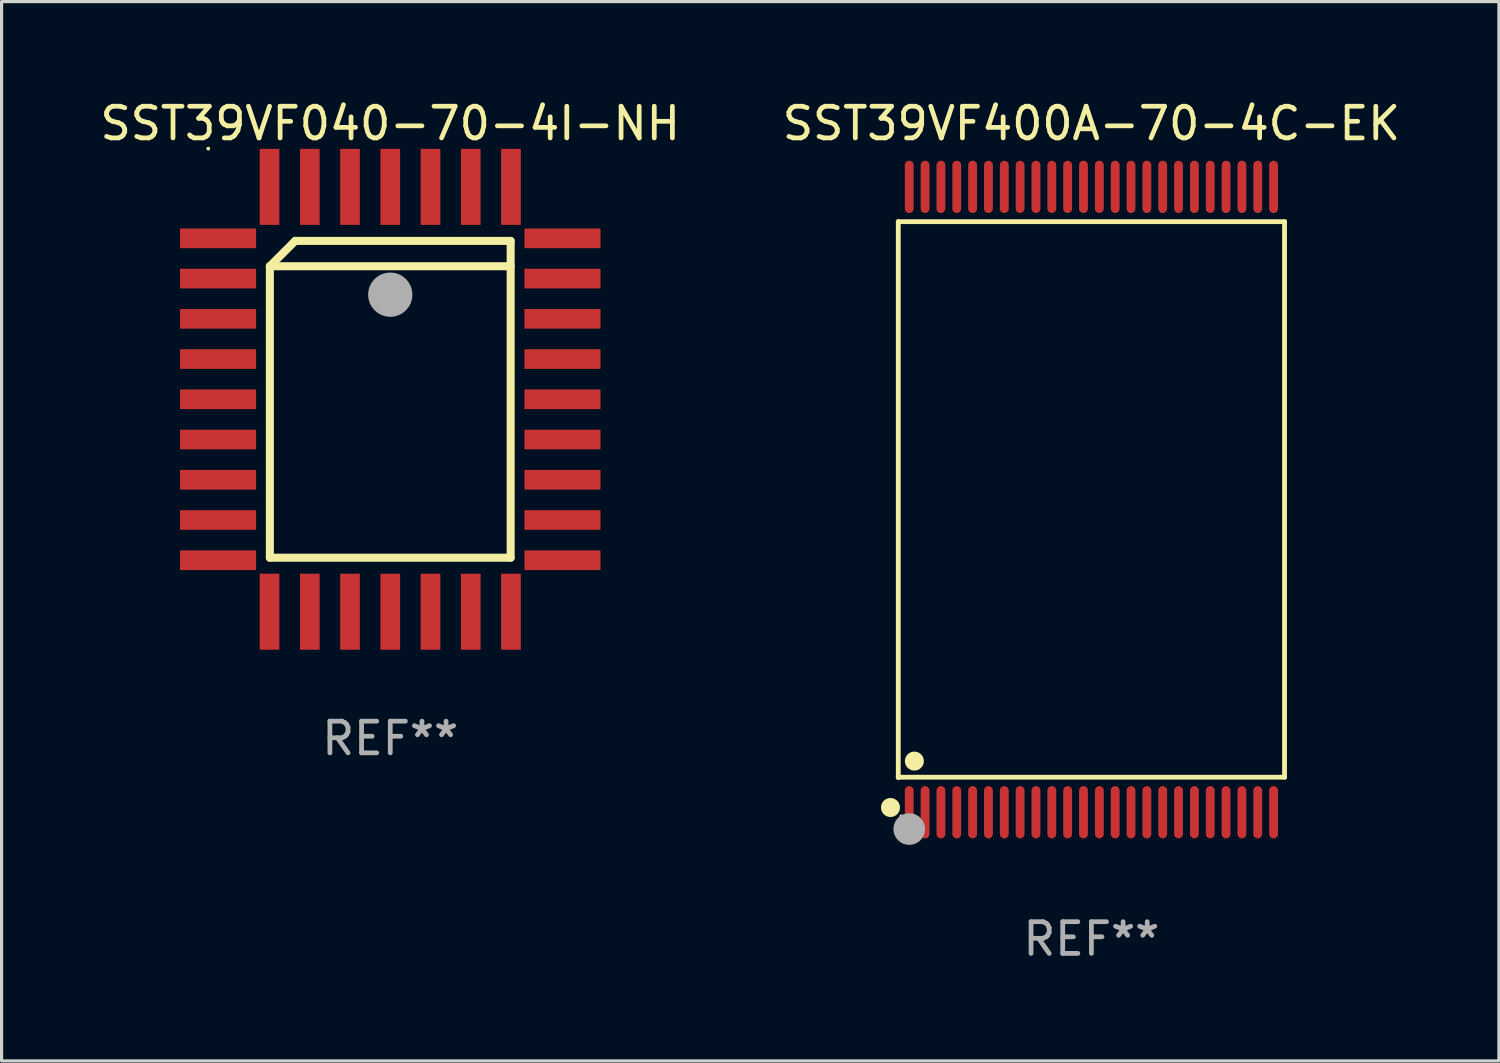
<source format=kicad_pcb>
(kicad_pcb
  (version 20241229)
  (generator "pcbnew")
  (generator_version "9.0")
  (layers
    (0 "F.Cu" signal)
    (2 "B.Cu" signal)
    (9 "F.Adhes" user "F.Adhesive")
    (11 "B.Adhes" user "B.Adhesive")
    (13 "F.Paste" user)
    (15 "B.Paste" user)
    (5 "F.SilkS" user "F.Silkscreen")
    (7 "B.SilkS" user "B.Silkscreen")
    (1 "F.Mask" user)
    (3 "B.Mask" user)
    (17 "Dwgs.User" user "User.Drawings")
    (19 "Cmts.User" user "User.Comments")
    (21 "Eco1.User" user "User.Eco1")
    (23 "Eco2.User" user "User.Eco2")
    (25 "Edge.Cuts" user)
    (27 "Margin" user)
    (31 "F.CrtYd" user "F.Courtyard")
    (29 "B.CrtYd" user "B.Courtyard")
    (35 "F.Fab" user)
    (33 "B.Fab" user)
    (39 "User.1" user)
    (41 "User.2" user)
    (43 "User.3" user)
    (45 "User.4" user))
  (footprint "SST39VF040-70-4I-NH"
    (layer "F.Cu")
    (at 9.268 9.553)
    (property "Reference" "SST39VF040-70-4I-NH" (at 0 -8.705 0) (layer "F.SilkS") (effects (font (size 1 1) (thickness 0.15))))
    (attr through_hole)
    (fp_line (start -3.8 -4.2) (end -3 -5) (stroke (width 0.254) (type solid)) (layer "F.SilkS"))
    (fp_line (start -3.8 -4.2) (end 3.8 -4.2) (stroke (width 0.254) (type solid)) (layer "F.SilkS"))
    (fp_line (start -3.8 5) (end -3.8 -4.2) (stroke (width 0.254) (type solid)) (layer "F.SilkS"))
    (fp_line (start -3 -5) (end 3.8 -5) (stroke (width 0.254) (type solid)) (layer "F.SilkS"))
    (fp_line (start 3.8 -5) (end 3.8 5) (stroke (width 0.254) (type solid)) (layer "F.SilkS"))
    (fp_line (start 3.8 5) (end -3.8 5) (stroke (width 0.254) (type solid)) (layer "F.SilkS"))
    (fp_arc (start 0.299721 -3.294387) (mid 0.29971 -3.296927) (end 0.299721 -3.299467) (stroke (width 0.6) (type solid)) (layer "F.SilkS"))
    (fp_circle (center -5.744 -7.913) (end -5.714 -7.913) (stroke (width 0.06) (type solid)) (fill no) (layer "F.SilkS"))
    (fp_circle (center 0 -3.302) (end 0.35 -3.302) (stroke (width 0.7) (type solid)) (fill no) (layer "F.Fab"))
    (fp_text user "REF**" (at 0 10.705 0) (layer "F.Fab") (effects (font (size 1 1) (thickness 0.15))))
    (pad "1" smd rect (at 0 -6.705 180) (size 0.62 2.4) (layers "F.Cu" "F.Mask" "F.Paste"))
    (pad "2" smd rect (at -1.27 -6.705 180) (size 0.62 2.4) (layers "F.Cu" "F.Mask" "F.Paste"))
    (pad "3" smd rect (at -2.54 -6.705 180) (size 0.62 2.4) (layers "F.Cu" "F.Mask" "F.Paste"))
    (pad "4" smd rect (at -3.81 -6.705 180) (size 0.62 2.4) (layers "F.Cu" "F.Mask" "F.Paste"))
    (pad "5" smd rect (at -5.435 -5.08 270) (size 0.62 2.4) (layers "F.Cu" "F.Mask" "F.Paste"))
    (pad "6" smd rect (at -5.435 -3.81 270) (size 0.62 2.4) (layers "F.Cu" "F.Mask" "F.Paste"))
    (pad "7" smd rect (at -5.435 -2.54 270) (size 0.62 2.4) (layers "F.Cu" "F.Mask" "F.Paste"))
    (pad "8" smd rect (at -5.435 -1.27 270) (size 0.62 2.4) (layers "F.Cu" "F.Mask" "F.Paste"))
    (pad "9" smd rect (at -5.435 0 270) (size 0.62 2.4) (layers "F.Cu" "F.Mask" "F.Paste"))
    (pad "10" smd rect (at -5.435 1.27 270) (size 0.62 2.4) (layers "F.Cu" "F.Mask" "F.Paste"))
    (pad "11" smd rect (at -5.435 2.54 270) (size 0.62 2.4) (layers "F.Cu" "F.Mask" "F.Paste"))
    (pad "12" smd rect (at -5.435 3.81 270) (size 0.62 2.4) (layers "F.Cu" "F.Mask" "F.Paste"))
    (pad "13" smd rect (at -5.435 5.08 270) (size 0.62 2.4) (layers "F.Cu" "F.Mask" "F.Paste"))
    (pad "14" smd rect (at -3.81 6.705) (size 0.62 2.4) (layers "F.Cu" "F.Mask" "F.Paste"))
    (pad "15" smd rect (at -2.54 6.705) (size 0.62 2.4) (layers "F.Cu" "F.Mask" "F.Paste"))
    (pad "16" smd rect (at -1.27 6.705) (size 0.62 2.4) (layers "F.Cu" "F.Mask" "F.Paste"))
    (pad "17" smd rect (at 0 6.705) (size 0.62 2.4) (layers "F.Cu" "F.Mask" "F.Paste"))
    (pad "18" smd rect (at 1.27 6.705) (size 0.62 2.4) (layers "F.Cu" "F.Mask" "F.Paste"))
    (pad "19" smd rect (at 2.54 6.705) (size 0.62 2.4) (layers "F.Cu" "F.Mask" "F.Paste"))
    (pad "20" smd rect (at 3.81 6.705) (size 0.62 2.4) (layers "F.Cu" "F.Mask" "F.Paste"))
    (pad "21" smd rect (at 5.435 5.08 90) (size 0.62 2.4) (layers "F.Cu" "F.Mask" "F.Paste"))
    (pad "22" smd rect (at 5.435 3.81 90) (size 0.62 2.4) (layers "F.Cu" "F.Mask" "F.Paste"))
    (pad "23" smd rect (at 5.435 2.54 90) (size 0.62 2.4) (layers "F.Cu" "F.Mask" "F.Paste"))
    (pad "24" smd rect (at 5.435 1.27 90) (size 0.62 2.4) (layers "F.Cu" "F.Mask" "F.Paste"))
    (pad "25" smd rect (at 5.435 0 90) (size 0.62 2.4) (layers "F.Cu" "F.Mask" "F.Paste"))
    (pad "26" smd rect (at 5.435 -1.27 90) (size 0.62 2.4) (layers "F.Cu" "F.Mask" "F.Paste"))
    (pad "27" smd rect (at 5.435 -2.54 90) (size 0.62 2.4) (layers "F.Cu" "F.Mask" "F.Paste"))
    (pad "28" smd rect (at 5.435 -3.81 90) (size 0.62 2.4) (layers "F.Cu" "F.Mask" "F.Paste"))
    (pad "29" smd rect (at 5.435 -5.08 90) (size 0.62 2.4) (layers "F.Cu" "F.Mask" "F.Paste"))
    (pad "30" smd rect (at 3.81 -6.705) (size 0.62 2.4) (layers "F.Cu" "F.Mask" "F.Paste"))
    (pad "31" smd rect (at 2.54 -6.705) (size 0.62 2.4) (layers "F.Cu" "F.Mask" "F.Paste"))
    (pad "32" smd rect (at 1.27 -6.705) (size 0.62 2.4) (layers "F.Cu" "F.Mask" "F.Paste")))
  (footprint "SST39VF400A-70-4C-EK"
    (layer "F.Cu")
    (at 31.399 12.718)
    (property "Reference" "SST39VF400A-70-4C-EK" (at 0 -11.87 0) (layer "F.SilkS") (effects (font (size 1 1) (thickness 0.15))))
    (attr through_hole)
    (fp_line (start -6.096 -8.771) (end 6.096 -8.771) (stroke (width 0.152) (type solid)) (layer "F.SilkS"))
    (fp_line (start -6.096 8.763) (end -6.096 8.771) (stroke (width 0.152) (type solid)) (layer "F.SilkS"))
    (fp_line (start -6.096 8.771) (end -6.096 -8.771) (stroke (width 0.152) (type solid)) (layer "F.SilkS"))
    (fp_line (start 6.096 -8.771) (end 6.096 8.763) (stroke (width 0.152) (type solid)) (layer "F.SilkS"))
    (fp_line (start 6.096 8.763) (end -6.096 8.763) (stroke (width 0.152) (type solid)) (layer "F.SilkS"))
    (fp_circle (center -6.342 9.72) (end -6.192 9.72) (stroke (width 0.3) (type solid)) (fill no) (layer "F.SilkS"))
    (fp_circle (center -6 10) (end -5.97 10) (stroke (width 0.06) (type solid)) (fill no) (layer "F.SilkS"))
    (fp_circle (center -5.588 8.255) (end -5.438 8.255) (stroke (width 0.3) (type solid)) (fill no) (layer "F.SilkS"))
    (fp_circle (center -5.75 10.4) (end -5.5 10.4) (stroke (width 0.5) (type solid)) (fill no) (layer "F.Fab"))
    (fp_text user "REF**" (at 0 13.87 0) (layer "F.Fab") (effects (font (size 1 1) (thickness 0.15))))
    (pad "1" smd oval (at -5.75 9.87) (size 0.28 1.65) (layers "F.Cu" "F.Mask" "F.Paste"))
    (pad "2" smd oval (at -5.25 9.87) (size 0.28 1.65) (layers "F.Cu" "F.Mask" "F.Paste"))
    (pad "3" smd oval (at -4.75 9.87) (size 0.28 1.65) (layers "F.Cu" "F.Mask" "F.Paste"))
    (pad "4" smd oval (at -4.25 9.87) (size 0.28 1.65) (layers "F.Cu" "F.Mask" "F.Paste"))
    (pad "5" smd oval (at -3.75 9.87) (size 0.28 1.65) (layers "F.Cu" "F.Mask" "F.Paste"))
    (pad "6" smd oval (at -3.25 9.87) (size 0.28 1.65) (layers "F.Cu" "F.Mask" "F.Paste"))
    (pad "7" smd oval (at -2.75 9.87) (size 0.28 1.65) (layers "F.Cu" "F.Mask" "F.Paste"))
    (pad "8" smd oval (at -2.25 9.87) (size 0.28 1.65) (layers "F.Cu" "F.Mask" "F.Paste"))
    (pad "9" smd oval (at -1.75 9.87) (size 0.28 1.65) (layers "F.Cu" "F.Mask" "F.Paste"))
    (pad "10" smd oval (at -1.25 9.87) (size 0.28 1.65) (layers "F.Cu" "F.Mask" "F.Paste"))
    (pad "11" smd oval (at -0.75 9.87) (size 0.28 1.65) (layers "F.Cu" "F.Mask" "F.Paste"))
    (pad "12" smd oval (at -0.25 9.87) (size 0.28 1.65) (layers "F.Cu" "F.Mask" "F.Paste"))
    (pad "13" smd oval (at 0.25 9.87) (size 0.28 1.65) (layers "F.Cu" "F.Mask" "F.Paste"))
    (pad "14" smd oval (at 0.75 9.87) (size 0.28 1.65) (layers "F.Cu" "F.Mask" "F.Paste"))
    (pad "15" smd oval (at 1.25 9.87) (size 0.28 1.65) (layers "F.Cu" "F.Mask" "F.Paste"))
    (pad "16" smd oval (at 1.75 9.87) (size 0.28 1.65) (layers "F.Cu" "F.Mask" "F.Paste"))
    (pad "17" smd oval (at 2.25 9.87) (size 0.28 1.65) (layers "F.Cu" "F.Mask" "F.Paste"))
    (pad "18" smd oval (at 2.75 9.87) (size 0.28 1.65) (layers "F.Cu" "F.Mask" "F.Paste"))
    (pad "19" smd oval (at 3.25 9.87) (size 0.28 1.65) (layers "F.Cu" "F.Mask" "F.Paste"))
    (pad "20" smd oval (at 3.75 9.87) (size 0.28 1.65) (layers "F.Cu" "F.Mask" "F.Paste"))
    (pad "21" smd oval (at 4.25 9.87) (size 0.28 1.65) (layers "F.Cu" "F.Mask" "F.Paste"))
    (pad "22" smd oval (at 4.75 9.87) (size 0.28 1.65) (layers "F.Cu" "F.Mask" "F.Paste"))
    (pad "23" smd oval (at 5.25 9.87) (size 0.28 1.65) (layers "F.Cu" "F.Mask" "F.Paste"))
    (pad "24" smd oval (at 5.75 9.87) (size 0.28 1.65) (layers "F.Cu" "F.Mask" "F.Paste"))
    (pad "25" smd oval (at 5.75 -9.87) (size 0.28 1.65) (layers "F.Cu" "F.Mask" "F.Paste"))
    (pad "26" smd oval (at 5.25 -9.87) (size 0.28 1.65) (layers "F.Cu" "F.Mask" "F.Paste"))
    (pad "27" smd oval (at 4.75 -9.87) (size 0.28 1.65) (layers "F.Cu" "F.Mask" "F.Paste"))
    (pad "28" smd oval (at 4.25 -9.87) (size 0.28 1.65) (layers "F.Cu" "F.Mask" "F.Paste"))
    (pad "29" smd oval (at 3.75 -9.87) (size 0.28 1.65) (layers "F.Cu" "F.Mask" "F.Paste"))
    (pad "30" smd oval (at 3.25 -9.87) (size 0.28 1.65) (layers "F.Cu" "F.Mask" "F.Paste"))
    (pad "31" smd oval (at 2.75 -9.87) (size 0.28 1.65) (layers "F.Cu" "F.Mask" "F.Paste"))
    (pad "32" smd oval (at 2.25 -9.87) (size 0.28 1.65) (layers "F.Cu" "F.Mask" "F.Paste"))
    (pad "33" smd oval (at 1.75 -9.87) (size 0.28 1.65) (layers "F.Cu" "F.Mask" "F.Paste"))
    (pad "34" smd oval (at 1.25 -9.87) (size 0.28 1.65) (layers "F.Cu" "F.Mask" "F.Paste"))
    (pad "35" smd oval (at 0.75 -9.87) (size 0.28 1.65) (layers "F.Cu" "F.Mask" "F.Paste"))
    (pad "36" smd oval (at 0.25 -9.87) (size 0.28 1.65) (layers "F.Cu" "F.Mask" "F.Paste"))
    (pad "37" smd oval (at -0.25 -9.87) (size 0.28 1.65) (layers "F.Cu" "F.Mask" "F.Paste"))
    (pad "38" smd oval (at -0.75 -9.87) (size 0.28 1.65) (layers "F.Cu" "F.Mask" "F.Paste"))
    (pad "39" smd oval (at -1.25 -9.87) (size 0.28 1.65) (layers "F.Cu" "F.Mask" "F.Paste"))
    (pad "40" smd oval (at -1.75 -9.87) (size 0.28 1.65) (layers "F.Cu" "F.Mask" "F.Paste"))
    (pad "41" smd oval (at -2.25 -9.87) (size 0.28 1.65) (layers "F.Cu" "F.Mask" "F.Paste"))
    (pad "42" smd oval (at -2.75 -9.87) (size 0.28 1.65) (layers "F.Cu" "F.Mask" "F.Paste"))
    (pad "43" smd oval (at -3.25 -9.87) (size 0.28 1.65) (layers "F.Cu" "F.Mask" "F.Paste"))
    (pad "44" smd oval (at -3.75 -9.87) (size 0.28 1.65) (layers "F.Cu" "F.Mask" "F.Paste"))
    (pad "45" smd oval (at -4.25 -9.87) (size 0.28 1.65) (layers "F.Cu" "F.Mask" "F.Paste"))
    (pad "46" smd oval (at -4.75 -9.87) (size 0.28 1.65) (layers "F.Cu" "F.Mask" "F.Paste"))
    (pad "47" smd oval (at -5.25 -9.87) (size 0.28 1.65) (layers "F.Cu" "F.Mask" "F.Paste"))
    (pad "48" smd oval (at -5.75 -9.87) (size 0.28 1.65) (layers "F.Cu" "F.Mask" "F.Paste")))
  (gr_rect
    (start -3 -3)
    (end 44.262 30.437)
    (stroke (width 0.1) (type default))
    (fill no)
    (layer "Edge.Cuts")))
</source>
